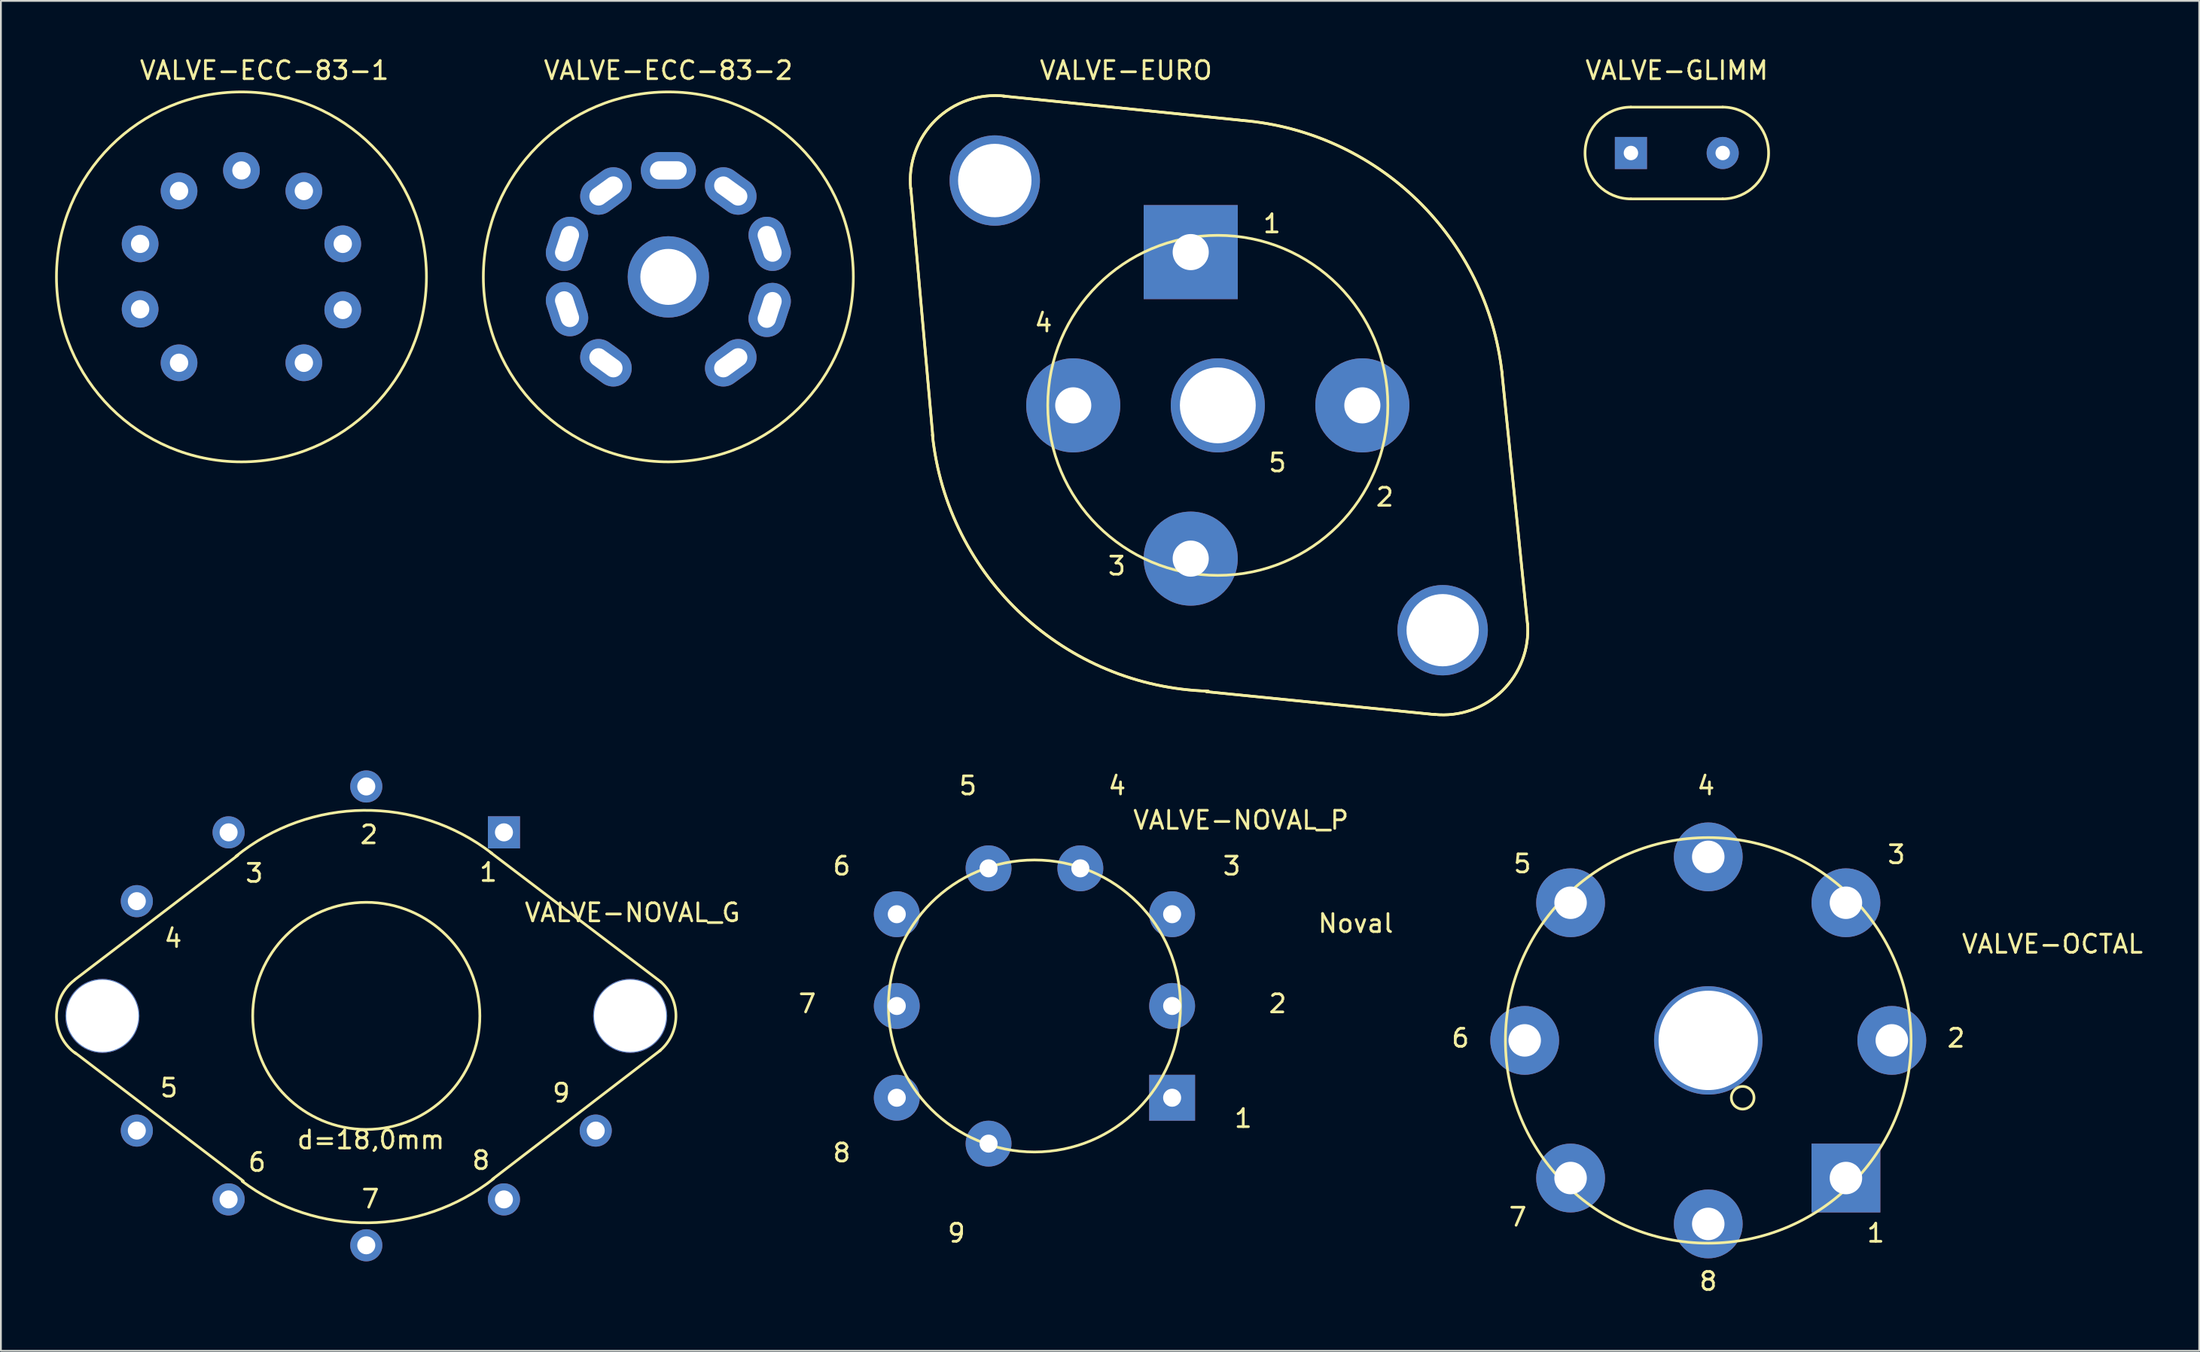
<source format=kicad_pcb>
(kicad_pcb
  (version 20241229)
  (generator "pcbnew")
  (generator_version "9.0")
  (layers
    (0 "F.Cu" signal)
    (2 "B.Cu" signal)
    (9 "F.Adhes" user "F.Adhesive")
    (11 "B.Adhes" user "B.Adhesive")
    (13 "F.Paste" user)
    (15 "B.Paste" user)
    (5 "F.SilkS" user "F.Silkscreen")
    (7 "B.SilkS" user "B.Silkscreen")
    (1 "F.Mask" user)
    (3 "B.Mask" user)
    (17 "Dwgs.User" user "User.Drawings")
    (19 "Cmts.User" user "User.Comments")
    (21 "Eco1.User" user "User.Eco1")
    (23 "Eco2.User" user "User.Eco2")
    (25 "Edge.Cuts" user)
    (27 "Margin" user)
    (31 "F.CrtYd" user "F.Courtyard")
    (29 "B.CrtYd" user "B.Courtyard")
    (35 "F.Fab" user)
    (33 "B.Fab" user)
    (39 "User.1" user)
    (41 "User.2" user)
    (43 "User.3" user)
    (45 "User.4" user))
  (footprint "VALVE-OCTAL"
    (layer "F.Cu")
    (at 91.5 54.544)
    (property "Reference" "VALVE-OCTAL" (at 19.05 -5.334 0) (layer "F.SilkS") (effects (font (size 1 1) (thickness 0.15))))
    (attr exclude_from_pos_files exclude_from_bom)
    (fp_circle (center 0 0) (end -7.938 7.938) (stroke (width 0.15) (type solid)) (fill no) (layer "F.SilkS"))
    (fp_circle (center 1.905 3.175) (end 2.349 3.619) (stroke (width 0.15) (type solid)) (fill no) (layer "F.SilkS"))
    (fp_text user "4" (at -0.127 -14.097 0) (layer "F.SilkS") (effects (font (size 1 1) (thickness 0.15))))
    (fp_text user "7" (at -10.541 9.779 0) (layer "F.SilkS") (effects (font (size 1 1) (thickness 0.15))))
    (fp_text user "5" (at -10.287 -9.779 0) (layer "F.SilkS") (effects (font (size 1 1) (thickness 0.15))))
    (fp_text user "3" (at 10.414 -10.287 0) (layer "F.SilkS") (effects (font (size 1 1) (thickness 0.15))))
    (fp_text user "8" (at 0 13.335 0) (layer "F.SilkS") (effects (font (size 1 1) (thickness 0.15))))
    (fp_text user "1" (at 9.271 10.668 0) (layer "F.SilkS") (effects (font (size 1 1) (thickness 0.15))))
    (fp_text user "2" (at 13.716 -0.127 0) (layer "F.SilkS") (effects (font (size 1 1) (thickness 0.15))))
    (fp_text user "6" (at -13.716 -0.127 0) (layer "F.SilkS") (effects (font (size 1 1) (thickness 0.15))))
    (pad "" thru_hole circle (at 0 0) (size 5.999 5.999) (drill 5.499) (layers "*.Cu" "F.Mask" "F.Paste"))
    (pad "1" thru_hole rect (at 7.62 7.62) (size 3.81 3.81) (drill 1.798) (layers "*.Cu" "F.Mask" "F.Paste"))
    (pad "2" thru_hole circle (at 10.16 0) (size 3.81 3.81) (drill 1.798) (layers "*.Cu" "F.Mask" "F.Paste"))
    (pad "3" thru_hole circle (at 7.62 -7.62) (size 3.81 3.81) (drill 1.798) (layers "*.Cu" "F.Mask" "F.Paste"))
    (pad "4" thru_hole circle (at 0 -10.16) (size 3.81 3.81) (drill 1.798) (layers "*.Cu" "F.Mask" "F.Paste"))
    (pad "5" thru_hole circle (at -7.62 -7.62) (size 3.81 3.81) (drill 1.798) (layers "*.Cu" "F.Mask" "F.Paste"))
    (pad "6" thru_hole circle (at -10.16 0) (size 3.81 3.81) (drill 1.798) (layers "*.Cu" "F.Mask" "F.Paste"))
    (pad "7" thru_hole circle (at -7.62 7.62) (size 3.81 3.81) (drill 1.798) (layers "*.Cu" "F.Mask" "F.Paste"))
    (pad "8" thru_hole circle (at 0 10.16) (size 3.81 3.81) (drill 1.798) (layers "*.Cu" "F.Mask" "F.Paste")))
  (footprint "VALVE-ECC-83-1"
    (layer "F.Cu")
    (at 10.314 12.278)
    (property "Reference" "VALVE-ECC-83-1" (at 1.27 -11.43 0) (layer "F.SilkS") (effects (font (size 1 1) (thickness 0.15))))
    (attr through_hole)
    (fp_circle (center 0 0) (end 10.16 1.27) (stroke (width 0.15) (type solid)) (fill no) (layer "F.SilkS"))
    (pad "1" thru_hole circle (at 3.454 4.755) (size 2.032 2.032) (drill 1.016) (layers "*.Cu" "*.Mask"))
    (pad "2" thru_hole circle (at 5.608 1.829) (size 2.032 2.032) (drill 1.016) (layers "*.Cu" "*.Mask"))
    (pad "3" thru_hole circle (at 5.608 -1.829) (size 2.032 2.032) (drill 1.016) (layers "*.Cu" "*.Mask"))
    (pad "4" thru_hole circle (at 3.454 -4.755) (size 2.032 2.032) (drill 1.016) (layers "*.Cu" "*.Mask"))
    (pad "5" thru_hole circle (at 0 -5.893) (size 2.032 2.032) (drill 1.016) (layers "*.Cu" "*.Mask"))
    (pad "6" thru_hole circle (at -3.454 -4.755) (size 2.032 2.032) (drill 1.016) (layers "*.Cu" "*.Mask"))
    (pad "7" thru_hole circle (at -5.608 -1.829) (size 2.032 2.032) (drill 1.016) (layers "*.Cu" "*.Mask"))
    (pad "8" thru_hole circle (at -5.608 1.788) (size 2.032 2.032) (drill 1.016) (layers "*.Cu" "*.Mask"))
    (pad "9" thru_hole circle (at -3.454 4.755) (size 2.032 2.032) (drill 1.016) (layers "*.Cu" "*.Mask")))
  (footprint "VALVE-ECC-83-2"
    (layer "F.Cu")
    (at 33.942 12.278)
    (property "Reference" "VALVE-ECC-83-2" (at 0 -11.43 0) (layer "F.SilkS") (effects (font (size 1 1) (thickness 0.15))))
    (attr through_hole)
    (fp_circle (center 0 0) (end 10.16 1.27) (stroke (width 0.15) (type solid)) (fill no) (layer "F.SilkS"))
    (pad "1" thru_hole oval (at 3.454 4.755 306) (size 2.032 3.048) (drill oval 1.016 2.032) (layers "*.Cu" "*.Mask"))
    (pad "2" thru_hole circle (at 0 0) (size 4.501 4.501) (drill 3.099) (layers "*.Cu" "*.Mask"))
    (pad "2" thru_hole oval (at 5.608 1.829 342) (size 2.032 3.048) (drill oval 1.016 2.032) (layers "*.Cu" "*.Mask"))
    (pad "3" thru_hole oval (at 5.608 -1.829 18) (size 2.032 3.048) (drill oval 1.016 2.032) (layers "*.Cu" "*.Mask"))
    (pad "4" thru_hole oval (at 3.454 -4.755 54) (size 2.032 3.048) (drill oval 1.016 2.032) (layers "*.Cu" "*.Mask"))
    (pad "5" thru_hole oval (at 0 -5.893 90) (size 2.032 3.048) (drill oval 1.016 2.032) (layers "*.Cu" "*.Mask"))
    (pad "6" thru_hole oval (at -3.454 -4.755 306) (size 2.032 3.048) (drill oval 1.016 2.032) (layers "*.Cu" "*.Mask"))
    (pad "7" thru_hole oval (at -5.608 -1.829 342) (size 2.032 3.048) (drill oval 1.016 2.032) (layers "*.Cu" "*.Mask"))
    (pad "8" thru_hole oval (at -5.608 1.788 18) (size 2.032 3.048) (drill oval 1.016 2.032) (layers "*.Cu" "*.Mask"))
    (pad "9" thru_hole oval (at -3.454 4.755 54) (size 2.032 3.048) (drill oval 1.016 2.032) (layers "*.Cu" "*.Mask")))
  (footprint "VALVE-EURO"
    (layer "F.Cu")
    (at 64.354 19.39)
    (property "Reference" "VALVE-EURO" (at -5.08 -18.542 0) (layer "F.SilkS") (effects (font (size 1 1) (thickness 0.15))))
    (attr exclude_from_pos_files exclude_from_bom)
    (fp_line (start -15.773 1.727) (end -16.993 -12.014) (stroke (width 0.15) (type solid)) (layer "F.SilkS"))
    (fp_line (start -15.773 1.727) (end -16.993 -12.014) (stroke (width 0.15) (type solid)) (layer "F.SilkS"))
    (fp_line (start -11.862 -17.12) (end 1.372 -15.773) (stroke (width 0.15) (type solid)) (layer "F.SilkS"))
    (fp_line (start -11.862 -17.12) (end 1.372 -15.773) (stroke (width 0.15) (type solid)) (layer "F.SilkS"))
    (fp_line (start 12.04 17.12) (end -0.635 15.85) (stroke (width 0.15) (type solid)) (layer "F.SilkS"))
    (fp_line (start 12.04 17.12) (end -0.635 15.85) (stroke (width 0.15) (type solid)) (layer "F.SilkS"))
    (fp_line (start 17.145 12.141) (end 15.723 -1.854) (stroke (width 0.15) (type solid)) (layer "F.SilkS"))
    (fp_line (start 17.145 12.141) (end 15.723 -1.854) (stroke (width 0.15) (type solid)) (layer "F.SilkS"))
    (fp_arc (start -17.00022 -11.98626) (mid -15.619349 -15.797549) (end -11.787255 -17.119588) (stroke (width 0.15) (type solid)) (layer "F.SilkS"))
    (fp_arc (start -17.00022 -11.98626) (mid -15.619349 -15.797549) (end -11.787255 -17.119588) (stroke (width 0.15) (type solid)) (layer "F.SilkS"))
    (fp_arc (start -0.5207 15.82166) (mid -10.825921 11.594935) (end -15.795623 1.626743) (stroke (width 0.15) (type solid)) (layer "F.SilkS"))
    (fp_arc (start -0.5207 15.82166) (mid -10.825921 11.594935) (end -15.795623 1.626743) (stroke (width 0.15) (type solid)) (layer "F.SilkS"))
    (fp_arc (start 1.3716 -15.7734) (mid 11.06139 -11.339934) (end 15.73496 -1.763641) (stroke (width 0.15) (type solid)) (layer "F.SilkS"))
    (fp_arc (start 1.3716 -15.7734) (mid 11.06139 -11.339934) (end 15.73496 -1.763641) (stroke (width 0.15) (type solid)) (layer "F.SilkS"))
    (fp_arc (start 17.145 12.0904) (mid 15.742083 15.803323) (end 11.993757 17.108708) (stroke (width 0.15) (type solid)) (layer "F.SilkS"))
    (fp_arc (start 17.145 12.0904) (mid 15.742083 15.803323) (end 11.993757 17.108708) (stroke (width 0.15) (type solid)) (layer "F.SilkS"))
    (fp_circle (center 0 0) (end -6.655 6.655) (stroke (width 0.15) (type solid)) (fill no) (layer "F.SilkS"))
    (fp_text user "1" (at 2.997 -10.058 0) (layer "F.SilkS") (effects (font (size 1 1) (thickness 0.15))))
    (fp_text user "3" (at -5.588 8.89 0) (layer "F.SilkS") (effects (font (size 1 1) (thickness 0.15))))
    (fp_text user "2" (at 9.246 5.08 0) (layer "F.SilkS") (effects (font (size 1 1) (thickness 0.15))))
    (fp_text user "4" (at -9.652 -4.572 0) (layer "F.SilkS") (effects (font (size 1 1) (thickness 0.15))))
    (fp_text user "5" (at 3.302 3.175 0) (layer "F.SilkS") (effects (font (size 1 1) (thickness 0.15))))
    (pad "" thru_hole circle (at -12.344 -12.446) (size 5.001 5.001) (drill 4.064) (layers "*.Cu" "F.Mask" "F.Paste"))
    (pad "" thru_hole circle (at 12.446 12.446) (size 5.001 5.001) (drill 4) (layers "*.Cu" "F.Mask" "F.Paste"))
    (pad "1" thru_hole rect (at -1.499 -8.484) (size 5.207 5.207) (drill 1.999) (layers "*.Cu" "F.Mask" "F.Paste"))
    (pad "2" thru_hole circle (at 8.001 0) (size 5.207 5.207) (drill 1.999) (layers "*.Cu" "F.Mask" "F.Paste"))
    (pad "3" thru_hole circle (at -1.499 8.484) (size 5.207 5.207) (drill 1.999) (layers "*.Cu" "F.Mask" "F.Paste"))
    (pad "4" thru_hole circle (at -8.001 0) (size 5.207 5.207) (drill 1.999) (layers "*.Cu" "F.Mask" "F.Paste"))
    (pad "5" thru_hole circle (at 0 0) (size 5.207 5.207) (drill 4.199) (layers "*.Cu" "F.Mask" "F.Paste")))
  (footprint "VALVE-NOVAL_P"
    (layer "F.Cu")
    (at 54.206 52.639)
    (property "Reference" "VALVE-NOVAL_P" (at 11.43 -10.287 0) (layer "F.SilkS") (effects (font (size 1 1) (thickness 0.15))))
    (attr exclude_from_pos_files exclude_from_bom)
    (fp_circle (center 0 0) (end -5.715 5.715) (stroke (width 0.15) (type solid)) (fill no) (layer "F.SilkS"))
    (fp_text user "6" (at -10.668 -7.747 0) (layer "F.SilkS") (effects (font (size 1 1) (thickness 0.15))))
    (fp_text user "4" (at 4.572 -12.192 0) (layer "F.SilkS") (effects (font (size 1 1) (thickness 0.15))))
    (fp_text user "3" (at 10.922 -7.747 0) (layer "F.SilkS") (effects (font (size 1 1) (thickness 0.15))))
    (fp_text user "5" (at -3.683 -12.192 0) (layer "F.SilkS") (effects (font (size 1 1) (thickness 0.15))))
    (fp_text user "7" (at -12.573 -0.127 0) (layer "F.SilkS") (effects (font (size 1 1) (thickness 0.15))))
    (fp_text user "8" (at -10.668 8.128 0) (layer "F.SilkS") (effects (font (size 1 1) (thickness 0.15))))
    (fp_text user "1" (at 11.557 6.223 0) (layer "F.SilkS") (effects (font (size 1 1) (thickness 0.15))))
    (fp_text user "9" (at -4.318 12.573 0) (layer "F.SilkS") (effects (font (size 1 1) (thickness 0.15))))
    (fp_text user "2" (at 13.462 -0.127 0) (layer "F.SilkS") (effects (font (size 1 1) (thickness 0.15))))
    (fp_text user "Noval" (at 17.78 -4.572 0) (layer "F.SilkS") (effects (font (size 1 1) (thickness 0.15))))
    (pad "1" thru_hole rect (at 7.62 5.08) (size 2.54 2.54) (drill 0.998) (layers "*.Cu" "F.Mask" "F.Paste"))
    (pad "2" thru_hole circle (at 7.62 0) (size 2.54 2.54) (drill 0.998) (layers "*.Cu" "F.Mask" "F.Paste"))
    (pad "3" thru_hole circle (at 7.62 -5.08) (size 2.54 2.54) (drill 0.998) (layers "*.Cu" "F.Mask" "F.Paste"))
    (pad "4" thru_hole circle (at 2.54 -7.62) (size 2.54 2.54) (drill 0.998) (layers "*.Cu" "F.Mask" "F.Paste"))
    (pad "5" thru_hole circle (at -2.54 -7.62) (size 2.54 2.54) (drill 0.998) (layers "*.Cu" "F.Mask" "F.Paste"))
    (pad "6" thru_hole circle (at -7.62 -5.08) (size 2.54 2.54) (drill 0.998) (layers "*.Cu" "F.Mask" "F.Paste"))
    (pad "7" thru_hole circle (at -7.62 0) (size 2.54 2.54) (drill 0.998) (layers "*.Cu" "F.Mask" "F.Paste"))
    (pad "8" thru_hole circle (at -7.62 5.08) (size 2.54 2.54) (drill 0.998) (layers "*.Cu" "F.Mask" "F.Paste"))
    (pad "9" thru_hole circle (at -2.54 7.62) (size 2.54 2.54) (drill 0.998) (layers "*.Cu" "F.Mask" "F.Paste")))
  (footprint "VALVE-GLIMM"
    (layer "F.Cu")
    (at 88.49 5.42)
    (property "Reference" "VALVE-GLIMM" (at 1.27 -4.572 0) (layer "F.SilkS") (effects (font (size 1 1) (thickness 0.15))))
    (attr exclude_from_pos_files exclude_from_bom)
    (fp_line (start -1.27 -2.54) (end 3.81 -2.54) (stroke (width 0.15) (type solid)) (layer "F.SilkS"))
    (fp_line (start -1.27 2.54) (end 3.81 2.54) (stroke (width 0.15) (type solid)) (layer "F.SilkS"))
    (fp_arc (start -1.27 2.54) (mid -3.81 0) (end -1.27 -2.54) (stroke (width 0.15) (type solid)) (layer "F.SilkS"))
    (fp_arc (start 3.81 -2.54) (mid 6.35 0) (end 3.81 2.54) (stroke (width 0.15) (type solid)) (layer "F.SilkS"))
    (pad "1" thru_hole rect (at -1.27 0) (size 1.778 1.778) (drill 0.798) (layers "*.Cu" "F.Mask" "F.Paste"))
    (pad "2" thru_hole circle (at 3.81 0) (size 1.778 1.778) (drill 0.798) (layers "*.Cu" "F.Mask" "F.Paste")))
  (footprint "VALVE-NOVAL_G"
    (layer "F.Cu")
    (at 17.223 53.187)
    (property "Reference" "VALVE-NOVAL_G" (at 14.732 -5.715 0) (layer "F.SilkS") (effects (font (size 1 1) (thickness 0.15))))
    (attr exclude_from_pos_files exclude_from_bom)
    (fp_line (start -16.129 -2.007) (end -7.112 -8.89) (stroke (width 0.15) (type solid)) (layer "F.SilkS"))
    (fp_line (start -16.129 2.032) (end -6.807 9.144) (stroke (width 0.15) (type solid)) (layer "F.SilkS"))
    (fp_line (start 16.281 1.905) (end 6.985 9.042) (stroke (width 0.15) (type solid)) (layer "F.SilkS"))
    (fp_line (start 16.307 -1.88) (end 6.883 -9.042) (stroke (width 0.15) (type solid)) (layer "F.SilkS"))
    (fp_arc (start -16.08074 2.0828) (mid -17.147179 0.072342) (end -16.156452 -1.976486) (stroke (width 0.15) (type solid)) (layer "F.SilkS"))
    (fp_arc (start -7.21106 -8.83666) (mid -0.156275 -11.37739) (end 6.954845 -8.998887) (stroke (width 0.15) (type solid)) (layer "F.SilkS"))
    (fp_arc (start 7.04596 9.017) (mid 0.111758 11.453686) (end -6.868871 9.153377) (stroke (width 0.15) (type solid)) (layer "F.SilkS"))
    (fp_arc (start 16.3068 -1.8796) (mid 17.13994 0.055661) (end 16.222657 1.952487) (stroke (width 0.15) (type solid)) (layer "F.SilkS"))
    (fp_circle (center 0 0) (end -4.445 4.445) (stroke (width 0.15) (type solid)) (fill no) (layer "F.SilkS"))
    (fp_text user "9" (at 10.795 4.267 0) (layer "F.SilkS") (effects (font (size 1 1) (thickness 0.15))))
    (fp_text user "8" (at 6.35 8.001 0) (layer "F.SilkS") (effects (font (size 1 1) (thickness 0.15))))
    (fp_text user "3" (at -6.198 -7.899 0) (layer "F.SilkS") (effects (font (size 1 1) (thickness 0.15))))
    (fp_text user "2" (at 0.152 -10.033 0) (layer "F.SilkS") (effects (font (size 1 1) (thickness 0.15))))
    (fp_text user "5" (at -10.922 3.988 0) (layer "F.SilkS") (effects (font (size 1 1) (thickness 0.15))))
    (fp_text user "4" (at -10.693 -4.293 0) (layer "F.SilkS") (effects (font (size 1 1) (thickness 0.15))))
    (fp_text user "7" (at 0.229 10.135 0) (layer "F.SilkS") (effects (font (size 1 1) (thickness 0.15))))
    (fp_text user "6" (at -6.045 8.103 0) (layer "F.SilkS") (effects (font (size 1 1) (thickness 0.15))))
    (fp_text user "d=18,0mm" (at 0.254 6.858 0) (layer "F.SilkS") (effects (font (size 1 1) (thickness 0.15))))
    (fp_text user "1" (at 6.756 -7.95 0) (layer "F.SilkS") (effects (font (size 1 1) (thickness 0.15))))
    (pad "" thru_hole circle (at 14.605 0) (size 4.1 4.1) (drill 4) (layers "*.Cu" "F.Mask" "F.Paste"))
    (pad "1" thru_hole rect (at 7.62 -10.16) (size 1.778 1.778) (drill 0.998) (layers "*.Cu" "F.Mask" "F.Paste"))
    (pad "2" thru_hole circle (at -14.605 0) (size 4.1 4.1) (drill 4) (layers "*.Cu" "F.Mask" "F.Paste"))
    (pad "2" thru_hole circle (at 0 -12.7) (size 1.778 1.778) (drill 0.998) (layers "*.Cu" "F.Mask" "F.Paste"))
    (pad "3" thru_hole circle (at -7.62 -10.16) (size 1.778 1.778) (drill 0.998) (layers "*.Cu" "F.Mask" "F.Paste"))
    (pad "4" thru_hole circle (at -12.7 -6.35) (size 1.778 1.778) (drill 0.998) (layers "*.Cu" "F.Mask" "F.Paste"))
    (pad "5" thru_hole circle (at -12.7 6.35) (size 1.778 1.778) (drill 0.998) (layers "*.Cu" "F.Mask" "F.Paste"))
    (pad "6" thru_hole circle (at -7.62 10.16) (size 1.778 1.778) (drill 0.998) (layers "*.Cu" "F.Mask" "F.Paste"))
    (pad "7" thru_hole circle (at 0 12.7) (size 1.778 1.778) (drill 0.998) (layers "*.Cu" "F.Mask" "F.Paste"))
    (pad "8" thru_hole circle (at 7.62 10.16) (size 1.778 1.778) (drill 0.998) (layers "*.Cu" "F.Mask" "F.Paste"))
    (pad "9" thru_hole circle (at 12.7 6.35) (size 1.778 1.778) (drill 0.998) (layers "*.Cu" "F.Mask" "F.Paste")))
  (gr_rect
    (start -3 -3)
    (end 118.675 71.727)
    (stroke (width 0.1) (type default))
    (fill no)
    (layer "Edge.Cuts")))
</source>
